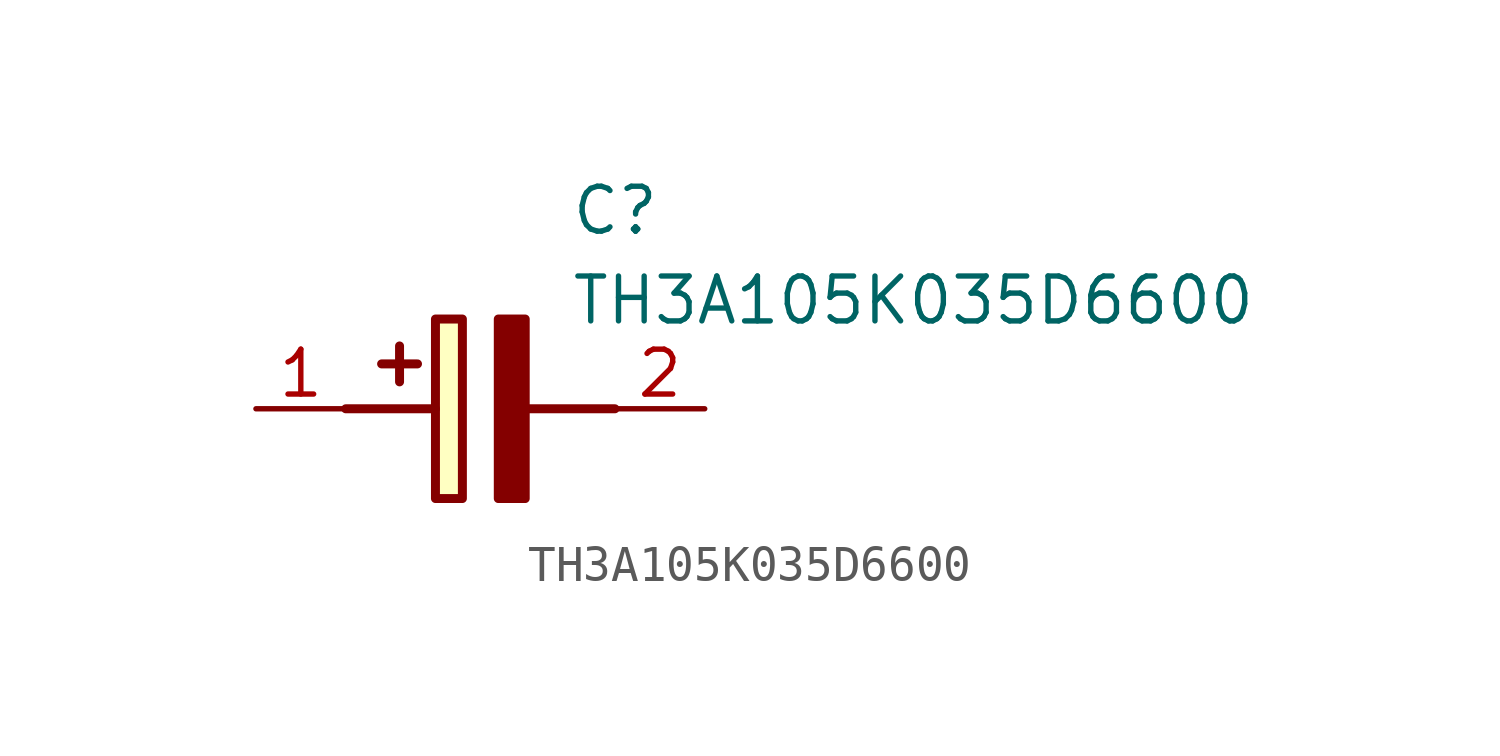
<source format=kicad_sym>
(kicad_symbol_lib
  (version 20211014)
  (generator SamacSys_ECAD_Model)
  (symbol "TH3A105K035D6600"
    (pin_names hide)
    (property "Reference" "C"
      (at 8.89 6.35 0)
      (effects (font (size 1.27 1.27)) (justify left top)))
    (property "Value" "TH3A105K035D6600"
      (at 8.89 3.81 0)
      (effects (font (size 1.27 1.27)) (justify left top)))
    (rectangle
      (start 5.08 2.54)
      (end 5.842 -2.54)
      (stroke (width 0.254) (type default))
      (fill (type background)))
    (polyline
      (pts (xy 4.572 1.27) (xy 3.556 1.27))
      (stroke (width 0.254) (type default))
      (fill (type none)))
    (polyline
      (pts (xy 4.064 1.778) (xy 4.064 0.762))
      (stroke (width 0.254) (type default))
      (fill (type none)))
    (polyline
      (pts (xy 2.54 0) (xy 5.08 0))
      (stroke (width 0.254) (type default))
      (fill (type none)))
    (polyline
      (pts (xy 7.62 0) (xy 10.16 0))
      (stroke (width 0.254) (type default))
      (fill (type none)))
    (polyline
      (pts (xy 7.62 2.54) (xy 7.62 -2.54) (xy 6.858 -2.54) (xy 6.858 2.54) (xy 7.62 2.54))
      (stroke (width 0.254) (type default))
      (fill (type outline)))
    (pin passive line
      (at 0 0 0)
      (length 2.54)
      (name "+" (effects (font (size 1.27 1.27))))
      (number "1" (effects (font (size 1.27 1.27)))))
    (pin passive line
      (at 12.7 0 180)
      (length 2.54)
      (name "-" (effects (font (size 1.27 1.27))))
      (number "2" (effects (font (size 1.27 1.27)))))))
</source>
